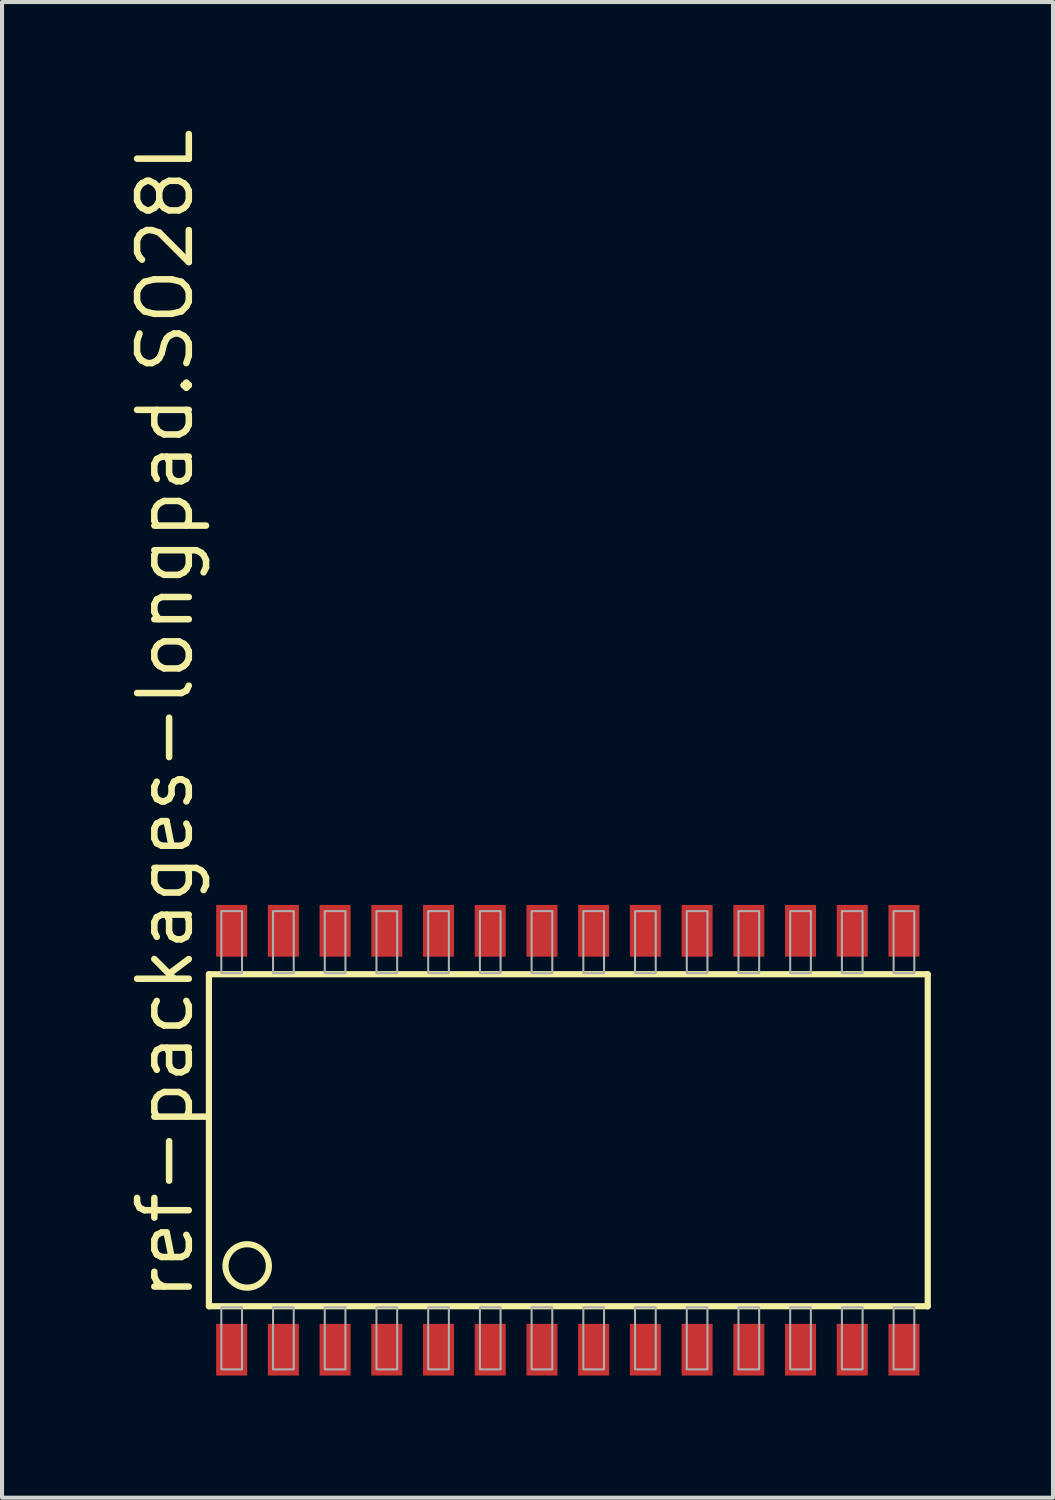
<source format=kicad_pcb>
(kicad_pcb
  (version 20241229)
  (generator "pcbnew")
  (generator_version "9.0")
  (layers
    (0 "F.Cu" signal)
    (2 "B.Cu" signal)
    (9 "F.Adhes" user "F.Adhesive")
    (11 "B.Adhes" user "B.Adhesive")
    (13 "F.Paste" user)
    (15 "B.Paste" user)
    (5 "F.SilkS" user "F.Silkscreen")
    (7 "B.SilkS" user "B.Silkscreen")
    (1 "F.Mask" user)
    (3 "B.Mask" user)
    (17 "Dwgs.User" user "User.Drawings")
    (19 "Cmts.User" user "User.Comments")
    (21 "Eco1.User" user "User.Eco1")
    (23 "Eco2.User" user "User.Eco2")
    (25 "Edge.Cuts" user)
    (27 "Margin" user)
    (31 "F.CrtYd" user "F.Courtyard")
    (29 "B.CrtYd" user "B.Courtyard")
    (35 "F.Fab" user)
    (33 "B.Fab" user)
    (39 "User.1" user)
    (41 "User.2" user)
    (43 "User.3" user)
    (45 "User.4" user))
  (footprint "ref-packages-longpad.SO28L"
    (layer "F.Cu")
    (at 10.259 24.888)
    (property "Reference" "ref-packages-longpad.SO28L" (at -8.509 4.064 90) (layer "F.SilkS") (effects (font (size 1.27 1.27) (thickness 0.16)) (justify left bottom)))
    (attr smd)
    (fp_line (start -8.179 -4.013) (end -8.179 4.14) (stroke (width 0.152) (type default)) (layer "F.SilkS"))
    (fp_line (start -8.179 4.14) (end 9.474 4.14) (stroke (width 0.152) (type default)) (layer "F.SilkS"))
    (fp_line (start 9.474 -4.013) (end -8.179 -4.013) (stroke (width 0.152) (type default)) (layer "F.SilkS"))
    (fp_line (start 9.474 4.14) (end 9.474 -4.013) (stroke (width 0.152) (type default)) (layer "F.SilkS"))
    (fp_circle (center -7.239 3.15) (end -6.706 3.15) (stroke (width 0.152) (type default)) (fill no) (layer "F.SilkS"))
    (fp_rect (start -7.874 -4.039) (end -7.366 -5.563) (stroke (width 0.05) (type default)) (fill no) (layer "F.Fab"))
    (fp_rect (start -7.874 5.69) (end -7.366 4.166) (stroke (width 0.05) (type default)) (fill no) (layer "F.Fab"))
    (fp_rect (start -6.604 -4.039) (end -6.096 -5.563) (stroke (width 0.05) (type default)) (fill no) (layer "F.Fab"))
    (fp_rect (start -6.604 5.69) (end -6.096 4.166) (stroke (width 0.05) (type default)) (fill no) (layer "F.Fab"))
    (fp_rect (start -5.334 -4.039) (end -4.826 -5.563) (stroke (width 0.05) (type default)) (fill no) (layer "F.Fab"))
    (fp_rect (start -5.334 5.69) (end -4.826 4.166) (stroke (width 0.05) (type default)) (fill no) (layer "F.Fab"))
    (fp_rect (start -4.064 -4.039) (end -3.556 -5.563) (stroke (width 0.05) (type default)) (fill no) (layer "F.Fab"))
    (fp_rect (start -4.064 5.69) (end -3.556 4.166) (stroke (width 0.05) (type default)) (fill no) (layer "F.Fab"))
    (fp_rect (start -2.794 -4.039) (end -2.286 -5.563) (stroke (width 0.05) (type default)) (fill no) (layer "F.Fab"))
    (fp_rect (start -2.794 5.69) (end -2.286 4.166) (stroke (width 0.05) (type default)) (fill no) (layer "F.Fab"))
    (fp_rect (start -1.524 -4.039) (end -1.016 -5.563) (stroke (width 0.05) (type default)) (fill no) (layer "F.Fab"))
    (fp_rect (start -1.524 5.69) (end -1.016 4.166) (stroke (width 0.05) (type default)) (fill no) (layer "F.Fab"))
    (fp_rect (start -0.254 -4.039) (end 0.254 -5.563) (stroke (width 0.05) (type default)) (fill no) (layer "F.Fab"))
    (fp_rect (start -0.254 5.69) (end 0.254 4.166) (stroke (width 0.05) (type default)) (fill no) (layer "F.Fab"))
    (fp_rect (start 1.016 -4.039) (end 1.524 -5.563) (stroke (width 0.05) (type default)) (fill no) (layer "F.Fab"))
    (fp_rect (start 1.016 5.69) (end 1.524 4.166) (stroke (width 0.05) (type default)) (fill no) (layer "F.Fab"))
    (fp_rect (start 2.286 -4.039) (end 2.794 -5.563) (stroke (width 0.05) (type default)) (fill no) (layer "F.Fab"))
    (fp_rect (start 2.286 5.69) (end 2.794 4.166) (stroke (width 0.05) (type default)) (fill no) (layer "F.Fab"))
    (fp_rect (start 3.556 -4.039) (end 4.064 -5.563) (stroke (width 0.05) (type default)) (fill no) (layer "F.Fab"))
    (fp_rect (start 3.556 5.69) (end 4.064 4.166) (stroke (width 0.05) (type default)) (fill no) (layer "F.Fab"))
    (fp_rect (start 4.826 -4.039) (end 5.334 -5.563) (stroke (width 0.05) (type default)) (fill no) (layer "F.Fab"))
    (fp_rect (start 4.826 5.69) (end 5.334 4.166) (stroke (width 0.05) (type default)) (fill no) (layer "F.Fab"))
    (fp_rect (start 6.096 -4.039) (end 6.604 -5.563) (stroke (width 0.05) (type default)) (fill no) (layer "F.Fab"))
    (fp_rect (start 6.096 5.69) (end 6.604 4.166) (stroke (width 0.05) (type default)) (fill no) (layer "F.Fab"))
    (fp_rect (start 7.366 -4.039) (end 7.874 -5.563) (stroke (width 0.05) (type default)) (fill no) (layer "F.Fab"))
    (fp_rect (start 7.366 5.69) (end 7.874 4.166) (stroke (width 0.05) (type default)) (fill no) (layer "F.Fab"))
    (fp_rect (start 8.636 -4.039) (end 9.144 -5.563) (stroke (width 0.05) (type default)) (fill no) (layer "F.Fab"))
    (fp_rect (start 8.636 5.69) (end 9.144 4.166) (stroke (width 0.05) (type default)) (fill no) (layer "F.Fab"))
    (pad "1" smd roundrect (at -7.62 5.207) (size 0.762 1.27) (layers "F.Cu" "F.Mask" "F.Paste") (roundrect_rratio 0.01))
    (pad "2" smd roundrect (at -6.35 5.207) (size 0.762 1.27) (layers "F.Cu" "F.Mask" "F.Paste") (roundrect_rratio 0.01))
    (pad "3" smd roundrect (at -5.08 5.207) (size 0.762 1.27) (layers "F.Cu" "F.Mask" "F.Paste") (roundrect_rratio 0.01))
    (pad "4" smd roundrect (at -3.81 5.207) (size 0.762 1.27) (layers "F.Cu" "F.Mask" "F.Paste") (roundrect_rratio 0.01))
    (pad "5" smd roundrect (at -2.54 5.207) (size 0.762 1.27) (layers "F.Cu" "F.Mask" "F.Paste") (roundrect_rratio 0.01))
    (pad "6" smd roundrect (at -1.27 5.207) (size 0.762 1.27) (layers "F.Cu" "F.Mask" "F.Paste") (roundrect_rratio 0.01))
    (pad "7" smd roundrect (at 0 5.207) (size 0.762 1.27) (layers "F.Cu" "F.Mask" "F.Paste") (roundrect_rratio 0.01))
    (pad "8" smd roundrect (at 1.27 5.207) (size 0.762 1.27) (layers "F.Cu" "F.Mask" "F.Paste") (roundrect_rratio 0.01))
    (pad "9" smd roundrect (at 2.54 5.207) (size 0.762 1.27) (layers "F.Cu" "F.Mask" "F.Paste") (roundrect_rratio 0.01))
    (pad "10" smd roundrect (at 3.81 5.207) (size 0.762 1.27) (layers "F.Cu" "F.Mask" "F.Paste") (roundrect_rratio 0.01))
    (pad "11" smd roundrect (at 5.08 5.207) (size 0.762 1.27) (layers "F.Cu" "F.Mask" "F.Paste") (roundrect_rratio 0.01))
    (pad "12" smd roundrect (at 6.35 5.207) (size 0.762 1.27) (layers "F.Cu" "F.Mask" "F.Paste") (roundrect_rratio 0.01))
    (pad "13" smd roundrect (at 7.62 5.207) (size 0.762 1.27) (layers "F.Cu" "F.Mask" "F.Paste") (roundrect_rratio 0.01))
    (pad "14" smd roundrect (at 8.89 5.207) (size 0.762 1.27) (layers "F.Cu" "F.Mask" "F.Paste") (roundrect_rratio 0.01))
    (pad "15" smd roundrect (at 8.89 -5.08) (size 0.762 1.27) (layers "F.Cu" "F.Mask" "F.Paste") (roundrect_rratio 0.01))
    (pad "16" smd roundrect (at 7.62 -5.08) (size 0.762 1.27) (layers "F.Cu" "F.Mask" "F.Paste") (roundrect_rratio 0.01))
    (pad "17" smd roundrect (at 6.35 -5.08) (size 0.762 1.27) (layers "F.Cu" "F.Mask" "F.Paste") (roundrect_rratio 0.01))
    (pad "18" smd roundrect (at 5.08 -5.08) (size 0.762 1.27) (layers "F.Cu" "F.Mask" "F.Paste") (roundrect_rratio 0.01))
    (pad "19" smd roundrect (at 3.81 -5.08) (size 0.762 1.27) (layers "F.Cu" "F.Mask" "F.Paste") (roundrect_rratio 0.01))
    (pad "20" smd roundrect (at 2.54 -5.08) (size 0.762 1.27) (layers "F.Cu" "F.Mask" "F.Paste") (roundrect_rratio 0.01))
    (pad "21" smd roundrect (at 1.27 -5.08) (size 0.762 1.27) (layers "F.Cu" "F.Mask" "F.Paste") (roundrect_rratio 0.01))
    (pad "22" smd roundrect (at 0 -5.08) (size 0.762 1.27) (layers "F.Cu" "F.Mask" "F.Paste") (roundrect_rratio 0.01))
    (pad "23" smd roundrect (at -1.27 -5.08) (size 0.762 1.27) (layers "F.Cu" "F.Mask" "F.Paste") (roundrect_rratio 0.01))
    (pad "24" smd roundrect (at -2.54 -5.08) (size 0.762 1.27) (layers "F.Cu" "F.Mask" "F.Paste") (roundrect_rratio 0.01))
    (pad "25" smd roundrect (at -3.81 -5.08) (size 0.762 1.27) (layers "F.Cu" "F.Mask" "F.Paste") (roundrect_rratio 0.01))
    (pad "26" smd roundrect (at -5.08 -5.08) (size 0.762 1.27) (layers "F.Cu" "F.Mask" "F.Paste") (roundrect_rratio 0.01))
    (pad "27" smd roundrect (at -6.35 -5.08) (size 0.762 1.27) (layers "F.Cu" "F.Mask" "F.Paste") (roundrect_rratio 0.01))
    (pad "28" smd roundrect (at -7.62 -5.08) (size 0.762 1.27) (layers "F.Cu" "F.Mask" "F.Paste") (roundrect_rratio 0.01)))
  (gr_rect
    (start -3 -3)
    (end 22.809 33.73)
    (stroke (width 0.1) (type default))
    (fill no)
    (layer "Edge.Cuts")))
</source>
